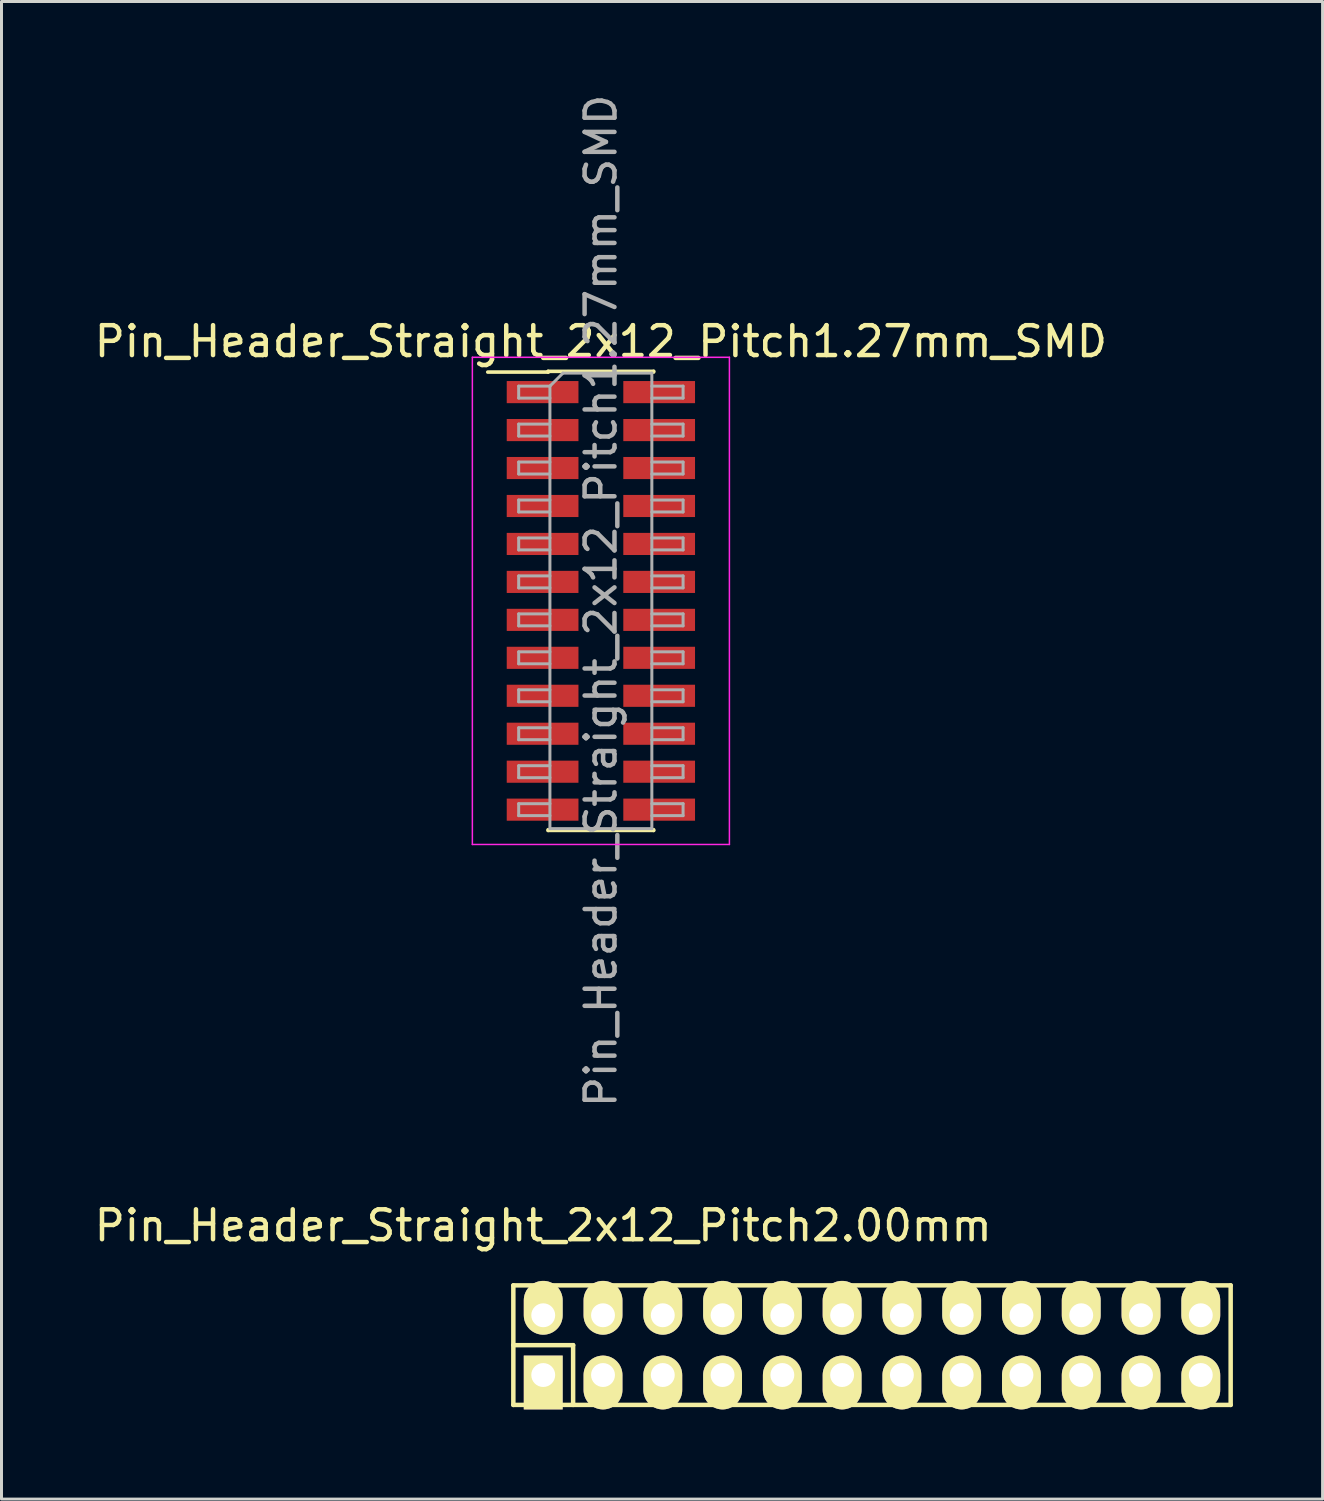
<source format=kicad_pcb>
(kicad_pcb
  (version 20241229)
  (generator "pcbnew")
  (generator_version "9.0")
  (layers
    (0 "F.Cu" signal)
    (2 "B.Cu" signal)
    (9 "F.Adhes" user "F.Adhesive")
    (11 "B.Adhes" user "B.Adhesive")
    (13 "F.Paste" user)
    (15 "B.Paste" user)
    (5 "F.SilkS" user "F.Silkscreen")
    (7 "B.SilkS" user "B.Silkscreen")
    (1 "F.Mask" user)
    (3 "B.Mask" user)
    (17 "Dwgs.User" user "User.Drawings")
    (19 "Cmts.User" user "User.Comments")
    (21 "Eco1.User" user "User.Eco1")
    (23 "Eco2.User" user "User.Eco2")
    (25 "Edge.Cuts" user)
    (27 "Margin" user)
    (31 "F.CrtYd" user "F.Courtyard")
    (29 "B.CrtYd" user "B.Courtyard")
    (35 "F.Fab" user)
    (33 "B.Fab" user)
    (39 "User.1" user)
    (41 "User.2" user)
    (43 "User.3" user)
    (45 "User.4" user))
  (footprint "Pin_Header_Straight_2x12_Pitch1.27mm_SMD"
    (layer "F.Cu")
    (at 17.054 17.054)
    (property "Reference" "Pin_Header_Straight_2x12_Pitch1.27mm_SMD" (at 0 -8.68 0) (layer "F.SilkS") (effects (font (size 1 1) (thickness 0.15))))
    (attr smd)
    (fp_line (start -3.785 -7.655) (end -1.765 -7.655) (stroke (width 0.12) (type solid)) (layer "F.SilkS"))
    (fp_line (start -1.765 -7.68) (end 1.765 -7.68) (stroke (width 0.12) (type solid)) (layer "F.SilkS"))
    (fp_line (start -1.765 -7.655) (end -1.765 -7.68) (stroke (width 0.12) (type solid)) (layer "F.SilkS"))
    (fp_line (start -1.765 7.655) (end -1.765 7.68) (stroke (width 0.12) (type solid)) (layer "F.SilkS"))
    (fp_line (start -1.765 7.68) (end 1.765 7.68) (stroke (width 0.12) (type solid)) (layer "F.SilkS"))
    (fp_line (start 1.765 -7.68) (end 1.765 -7.655) (stroke (width 0.12) (type solid)) (layer "F.SilkS"))
    (fp_line (start 1.765 7.68) (end 1.765 7.655) (stroke (width 0.12) (type solid)) (layer "F.SilkS"))
    (fp_line (start -4.3 -8.15) (end -4.3 8.15) (stroke (width 0.05) (type solid)) (layer "F.CrtYd"))
    (fp_line (start -4.3 8.15) (end 4.3 8.15) (stroke (width 0.05) (type solid)) (layer "F.CrtYd"))
    (fp_line (start 4.3 -8.15) (end -4.3 -8.15) (stroke (width 0.05) (type solid)) (layer "F.CrtYd"))
    (fp_line (start 4.3 8.15) (end 4.3 -8.15) (stroke (width 0.05) (type solid)) (layer "F.CrtYd"))
    (fp_line (start -2.75 -7.185) (end -2.75 -6.785) (stroke (width 0.1) (type solid)) (layer "F.Fab"))
    (fp_line (start -2.75 -6.785) (end -1.705 -6.785) (stroke (width 0.1) (type solid)) (layer "F.Fab"))
    (fp_line (start -2.75 -5.915) (end -2.75 -5.515) (stroke (width 0.1) (type solid)) (layer "F.Fab"))
    (fp_line (start -2.75 -5.515) (end -1.705 -5.515) (stroke (width 0.1) (type solid)) (layer "F.Fab"))
    (fp_line (start -2.75 -4.645) (end -2.75 -4.245) (stroke (width 0.1) (type solid)) (layer "F.Fab"))
    (fp_line (start -2.75 -4.245) (end -1.705 -4.245) (stroke (width 0.1) (type solid)) (layer "F.Fab"))
    (fp_line (start -2.75 -3.375) (end -2.75 -2.975) (stroke (width 0.1) (type solid)) (layer "F.Fab"))
    (fp_line (start -2.75 -2.975) (end -1.705 -2.975) (stroke (width 0.1) (type solid)) (layer "F.Fab"))
    (fp_line (start -2.75 -2.105) (end -2.75 -1.705) (stroke (width 0.1) (type solid)) (layer "F.Fab"))
    (fp_line (start -2.75 -1.705) (end -1.705 -1.705) (stroke (width 0.1) (type solid)) (layer "F.Fab"))
    (fp_line (start -2.75 -0.835) (end -2.75 -0.435) (stroke (width 0.1) (type solid)) (layer "F.Fab"))
    (fp_line (start -2.75 -0.435) (end -1.705 -0.435) (stroke (width 0.1) (type solid)) (layer "F.Fab"))
    (fp_line (start -2.75 0.435) (end -2.75 0.835) (stroke (width 0.1) (type solid)) (layer "F.Fab"))
    (fp_line (start -2.75 0.835) (end -1.705 0.835) (stroke (width 0.1) (type solid)) (layer "F.Fab"))
    (fp_line (start -2.75 1.705) (end -2.75 2.105) (stroke (width 0.1) (type solid)) (layer "F.Fab"))
    (fp_line (start -2.75 2.105) (end -1.705 2.105) (stroke (width 0.1) (type solid)) (layer "F.Fab"))
    (fp_line (start -2.75 2.975) (end -2.75 3.375) (stroke (width 0.1) (type solid)) (layer "F.Fab"))
    (fp_line (start -2.75 3.375) (end -1.705 3.375) (stroke (width 0.1) (type solid)) (layer "F.Fab"))
    (fp_line (start -2.75 4.245) (end -2.75 4.645) (stroke (width 0.1) (type solid)) (layer "F.Fab"))
    (fp_line (start -2.75 4.645) (end -1.705 4.645) (stroke (width 0.1) (type solid)) (layer "F.Fab"))
    (fp_line (start -2.75 5.515) (end -2.75 5.915) (stroke (width 0.1) (type solid)) (layer "F.Fab"))
    (fp_line (start -2.75 5.915) (end -1.705 5.915) (stroke (width 0.1) (type solid)) (layer "F.Fab"))
    (fp_line (start -2.75 6.785) (end -2.75 7.185) (stroke (width 0.1) (type solid)) (layer "F.Fab"))
    (fp_line (start -2.75 7.185) (end -1.705 7.185) (stroke (width 0.1) (type solid)) (layer "F.Fab"))
    (fp_line (start -1.705 -7.185) (end -2.75 -7.185) (stroke (width 0.1) (type solid)) (layer "F.Fab"))
    (fp_line (start -1.705 -7.185) (end -1.27 -7.62) (stroke (width 0.1) (type solid)) (layer "F.Fab"))
    (fp_line (start -1.705 -5.915) (end -2.75 -5.915) (stroke (width 0.1) (type solid)) (layer "F.Fab"))
    (fp_line (start -1.705 -4.645) (end -2.75 -4.645) (stroke (width 0.1) (type solid)) (layer "F.Fab"))
    (fp_line (start -1.705 -3.375) (end -2.75 -3.375) (stroke (width 0.1) (type solid)) (layer "F.Fab"))
    (fp_line (start -1.705 -2.105) (end -2.75 -2.105) (stroke (width 0.1) (type solid)) (layer "F.Fab"))
    (fp_line (start -1.705 -0.835) (end -2.75 -0.835) (stroke (width 0.1) (type solid)) (layer "F.Fab"))
    (fp_line (start -1.705 0.435) (end -2.75 0.435) (stroke (width 0.1) (type solid)) (layer "F.Fab"))
    (fp_line (start -1.705 1.705) (end -2.75 1.705) (stroke (width 0.1) (type solid)) (layer "F.Fab"))
    (fp_line (start -1.705 2.975) (end -2.75 2.975) (stroke (width 0.1) (type solid)) (layer "F.Fab"))
    (fp_line (start -1.705 4.245) (end -2.75 4.245) (stroke (width 0.1) (type solid)) (layer "F.Fab"))
    (fp_line (start -1.705 5.515) (end -2.75 5.515) (stroke (width 0.1) (type solid)) (layer "F.Fab"))
    (fp_line (start -1.705 6.785) (end -2.75 6.785) (stroke (width 0.1) (type solid)) (layer "F.Fab"))
    (fp_line (start -1.705 7.62) (end -1.705 -7.185) (stroke (width 0.1) (type solid)) (layer "F.Fab"))
    (fp_line (start -1.27 -7.62) (end 1.705 -7.62) (stroke (width 0.1) (type solid)) (layer "F.Fab"))
    (fp_line (start 1.705 -7.62) (end 1.705 7.62) (stroke (width 0.1) (type solid)) (layer "F.Fab"))
    (fp_line (start 1.705 -7.185) (end 2.75 -7.185) (stroke (width 0.1) (type solid)) (layer "F.Fab"))
    (fp_line (start 1.705 -5.915) (end 2.75 -5.915) (stroke (width 0.1) (type solid)) (layer "F.Fab"))
    (fp_line (start 1.705 -4.645) (end 2.75 -4.645) (stroke (width 0.1) (type solid)) (layer "F.Fab"))
    (fp_line (start 1.705 -3.375) (end 2.75 -3.375) (stroke (width 0.1) (type solid)) (layer "F.Fab"))
    (fp_line (start 1.705 -2.105) (end 2.75 -2.105) (stroke (width 0.1) (type solid)) (layer "F.Fab"))
    (fp_line (start 1.705 -0.835) (end 2.75 -0.835) (stroke (width 0.1) (type solid)) (layer "F.Fab"))
    (fp_line (start 1.705 0.435) (end 2.75 0.435) (stroke (width 0.1) (type solid)) (layer "F.Fab"))
    (fp_line (start 1.705 1.705) (end 2.75 1.705) (stroke (width 0.1) (type solid)) (layer "F.Fab"))
    (fp_line (start 1.705 2.975) (end 2.75 2.975) (stroke (width 0.1) (type solid)) (layer "F.Fab"))
    (fp_line (start 1.705 4.245) (end 2.75 4.245) (stroke (width 0.1) (type solid)) (layer "F.Fab"))
    (fp_line (start 1.705 5.515) (end 2.75 5.515) (stroke (width 0.1) (type solid)) (layer "F.Fab"))
    (fp_line (start 1.705 6.785) (end 2.75 6.785) (stroke (width 0.1) (type solid)) (layer "F.Fab"))
    (fp_line (start 1.705 7.62) (end -1.705 7.62) (stroke (width 0.1) (type solid)) (layer "F.Fab"))
    (fp_line (start 2.75 -7.185) (end 2.75 -6.785) (stroke (width 0.1) (type solid)) (layer "F.Fab"))
    (fp_line (start 2.75 -6.785) (end 1.705 -6.785) (stroke (width 0.1) (type solid)) (layer "F.Fab"))
    (fp_line (start 2.75 -5.915) (end 2.75 -5.515) (stroke (width 0.1) (type solid)) (layer "F.Fab"))
    (fp_line (start 2.75 -5.515) (end 1.705 -5.515) (stroke (width 0.1) (type solid)) (layer "F.Fab"))
    (fp_line (start 2.75 -4.645) (end 2.75 -4.245) (stroke (width 0.1) (type solid)) (layer "F.Fab"))
    (fp_line (start 2.75 -4.245) (end 1.705 -4.245) (stroke (width 0.1) (type solid)) (layer "F.Fab"))
    (fp_line (start 2.75 -3.375) (end 2.75 -2.975) (stroke (width 0.1) (type solid)) (layer "F.Fab"))
    (fp_line (start 2.75 -2.975) (end 1.705 -2.975) (stroke (width 0.1) (type solid)) (layer "F.Fab"))
    (fp_line (start 2.75 -2.105) (end 2.75 -1.705) (stroke (width 0.1) (type solid)) (layer "F.Fab"))
    (fp_line (start 2.75 -1.705) (end 1.705 -1.705) (stroke (width 0.1) (type solid)) (layer "F.Fab"))
    (fp_line (start 2.75 -0.835) (end 2.75 -0.435) (stroke (width 0.1) (type solid)) (layer "F.Fab"))
    (fp_line (start 2.75 -0.435) (end 1.705 -0.435) (stroke (width 0.1) (type solid)) (layer "F.Fab"))
    (fp_line (start 2.75 0.435) (end 2.75 0.835) (stroke (width 0.1) (type solid)) (layer "F.Fab"))
    (fp_line (start 2.75 0.835) (end 1.705 0.835) (stroke (width 0.1) (type solid)) (layer "F.Fab"))
    (fp_line (start 2.75 1.705) (end 2.75 2.105) (stroke (width 0.1) (type solid)) (layer "F.Fab"))
    (fp_line (start 2.75 2.105) (end 1.705 2.105) (stroke (width 0.1) (type solid)) (layer "F.Fab"))
    (fp_line (start 2.75 2.975) (end 2.75 3.375) (stroke (width 0.1) (type solid)) (layer "F.Fab"))
    (fp_line (start 2.75 3.375) (end 1.705 3.375) (stroke (width 0.1) (type solid)) (layer "F.Fab"))
    (fp_line (start 2.75 4.245) (end 2.75 4.645) (stroke (width 0.1) (type solid)) (layer "F.Fab"))
    (fp_line (start 2.75 4.645) (end 1.705 4.645) (stroke (width 0.1) (type solid)) (layer "F.Fab"))
    (fp_line (start 2.75 5.515) (end 2.75 5.915) (stroke (width 0.1) (type solid)) (layer "F.Fab"))
    (fp_line (start 2.75 5.915) (end 1.705 5.915) (stroke (width 0.1) (type solid)) (layer "F.Fab"))
    (fp_line (start 2.75 6.785) (end 2.75 7.185) (stroke (width 0.1) (type solid)) (layer "F.Fab"))
    (fp_line (start 2.75 7.185) (end 1.705 7.185) (stroke (width 0.1) (type solid)) (layer "F.Fab"))
    (fp_text user "${REFERENCE}" (at 0 0 90) (layer "F.Fab") (effects (font (size 1 1) (thickness 0.15))))
    (pad "1" smd rect (at -1.95 -6.985) (size 2.4 0.74) (layers "F.Cu" "F.Mask" "F.Paste"))
    (pad "2" smd rect (at 1.95 -6.985) (size 2.4 0.74) (layers "F.Cu" "F.Mask" "F.Paste"))
    (pad "3" smd rect (at -1.95 -5.715) (size 2.4 0.74) (layers "F.Cu" "F.Mask" "F.Paste"))
    (pad "4" smd rect (at 1.95 -5.715) (size 2.4 0.74) (layers "F.Cu" "F.Mask" "F.Paste"))
    (pad "5" smd rect (at -1.95 -4.445) (size 2.4 0.74) (layers "F.Cu" "F.Mask" "F.Paste"))
    (pad "6" smd rect (at 1.95 -4.445) (size 2.4 0.74) (layers "F.Cu" "F.Mask" "F.Paste"))
    (pad "7" smd rect (at -1.95 -3.175) (size 2.4 0.74) (layers "F.Cu" "F.Mask" "F.Paste"))
    (pad "8" smd rect (at 1.95 -3.175) (size 2.4 0.74) (layers "F.Cu" "F.Mask" "F.Paste"))
    (pad "9" smd rect (at -1.95 -1.905) (size 2.4 0.74) (layers "F.Cu" "F.Mask" "F.Paste"))
    (pad "10" smd rect (at 1.95 -1.905) (size 2.4 0.74) (layers "F.Cu" "F.Mask" "F.Paste"))
    (pad "11" smd rect (at -1.95 -0.635) (size 2.4 0.74) (layers "F.Cu" "F.Mask" "F.Paste"))
    (pad "12" smd rect (at 1.95 -0.635) (size 2.4 0.74) (layers "F.Cu" "F.Mask" "F.Paste"))
    (pad "13" smd rect (at -1.95 0.635) (size 2.4 0.74) (layers "F.Cu" "F.Mask" "F.Paste"))
    (pad "14" smd rect (at 1.95 0.635) (size 2.4 0.74) (layers "F.Cu" "F.Mask" "F.Paste"))
    (pad "15" smd rect (at -1.95 1.905) (size 2.4 0.74) (layers "F.Cu" "F.Mask" "F.Paste"))
    (pad "16" smd rect (at 1.95 1.905) (size 2.4 0.74) (layers "F.Cu" "F.Mask" "F.Paste"))
    (pad "17" smd rect (at -1.95 3.175) (size 2.4 0.74) (layers "F.Cu" "F.Mask" "F.Paste"))
    (pad "18" smd rect (at 1.95 3.175) (size 2.4 0.74) (layers "F.Cu" "F.Mask" "F.Paste"))
    (pad "19" smd rect (at -1.95 4.445) (size 2.4 0.74) (layers "F.Cu" "F.Mask" "F.Paste"))
    (pad "20" smd rect (at 1.95 4.445) (size 2.4 0.74) (layers "F.Cu" "F.Mask" "F.Paste"))
    (pad "21" smd rect (at -1.95 5.715) (size 2.4 0.74) (layers "F.Cu" "F.Mask" "F.Paste"))
    (pad "22" smd rect (at 1.95 5.715) (size 2.4 0.74) (layers "F.Cu" "F.Mask" "F.Paste"))
    (pad "23" smd rect (at -1.95 6.985) (size 2.4 0.74) (layers "F.Cu" "F.Mask" "F.Paste"))
    (pad "24" smd rect (at 1.95 6.985) (size 2.4 0.74) (layers "F.Cu" "F.Mask" "F.Paste")))
  (footprint "Pin_Header_Straight_2x12_Pitch2.00mm"
    (layer "F.Cu")
    (at 15.125 42.955)
    (property "Reference" "Pin_Header_Straight_2x12_Pitch2.00mm" (at 0 -5 0) (layer "F.SilkS") (effects (font (size 1 1) (thickness 0.15))))
    (attr through_hole)
    (fp_line (start -1 -3) (end 23 -3) (stroke (width 0.15) (type solid)) (layer "F.SilkS"))
    (fp_line (start -1 -1) (end 1 -1) (stroke (width 0.15) (type solid)) (layer "F.SilkS"))
    (fp_line (start -1 1) (end -1 -3) (stroke (width 0.15) (type solid)) (layer "F.SilkS"))
    (fp_line (start 1 -1) (end 1 1) (stroke (width 0.15) (type solid)) (layer "F.SilkS"))
    (fp_line (start 23 -3) (end 23 1) (stroke (width 0.15) (type solid)) (layer "F.SilkS"))
    (fp_line (start 23 1) (end -1 1) (stroke (width 0.15) (type solid)) (layer "F.SilkS"))
    (pad "1" thru_hole rect (at 0 0) (size 1.3 1.8) (drill 0.8 (offset 0 0.25)) (layers "*.Cu" "*.Mask" "F.SilkS"))
    (pad "2" thru_hole oval (at 0 -2) (size 1.3 1.8) (drill 0.8 (offset 0 -0.25)) (layers "*.Cu" "*.Mask" "F.SilkS"))
    (pad "3" thru_hole oval (at 2 0) (size 1.3 1.8) (drill 0.8 (offset 0 0.25)) (layers "*.Cu" "*.Mask" "F.SilkS"))
    (pad "4" thru_hole oval (at 2 -2) (size 1.3 1.8) (drill 0.8 (offset 0 -0.25)) (layers "*.Cu" "*.Mask" "F.SilkS"))
    (pad "5" thru_hole oval (at 4 0) (size 1.3 1.8) (drill 0.8 (offset 0 0.25)) (layers "*.Cu" "*.Mask" "F.SilkS"))
    (pad "6" thru_hole oval (at 4 -2) (size 1.3 1.8) (drill 0.8 (offset 0 -0.25)) (layers "*.Cu" "*.Mask" "F.SilkS"))
    (pad "7" thru_hole oval (at 6 0) (size 1.3 1.8) (drill 0.8 (offset 0 0.25)) (layers "*.Cu" "*.Mask" "F.SilkS"))
    (pad "8" thru_hole oval (at 6 -2) (size 1.3 1.8) (drill 0.8 (offset 0 -0.25)) (layers "*.Cu" "*.Mask" "F.SilkS"))
    (pad "9" thru_hole oval (at 8 0) (size 1.3 1.8) (drill 0.8 (offset 0 0.25)) (layers "*.Cu" "*.Mask" "F.SilkS"))
    (pad "10" thru_hole oval (at 8 -2) (size 1.3 1.8) (drill 0.8 (offset 0 -0.25)) (layers "*.Cu" "*.Mask" "F.SilkS"))
    (pad "11" thru_hole oval (at 10 0) (size 1.3 1.8) (drill 0.8 (offset 0 0.25)) (layers "*.Cu" "*.Mask" "F.SilkS"))
    (pad "12" thru_hole oval (at 10 -2) (size 1.3 1.8) (drill 0.8 (offset 0 -0.25)) (layers "*.Cu" "*.Mask" "F.SilkS"))
    (pad "13" thru_hole oval (at 12 0) (size 1.3 1.8) (drill 0.8 (offset 0 0.25)) (layers "*.Cu" "*.Mask" "F.SilkS"))
    (pad "14" thru_hole oval (at 12 -2) (size 1.3 1.8) (drill 0.8 (offset 0 -0.25)) (layers "*.Cu" "*.Mask" "F.SilkS"))
    (pad "15" thru_hole oval (at 14 0) (size 1.3 1.8) (drill 0.8 (offset 0 0.25)) (layers "*.Cu" "*.Mask" "F.SilkS"))
    (pad "16" thru_hole oval (at 14 -2) (size 1.3 1.8) (drill 0.8 (offset 0 -0.25)) (layers "*.Cu" "*.Mask" "F.SilkS"))
    (pad "17" thru_hole oval (at 16 0) (size 1.3 1.8) (drill 0.8 (offset 0 0.25)) (layers "*.Cu" "*.Mask" "F.SilkS"))
    (pad "18" thru_hole oval (at 16 -2) (size 1.3 1.8) (drill 0.8 (offset 0 -0.25)) (layers "*.Cu" "*.Mask" "F.SilkS"))
    (pad "19" thru_hole oval (at 18 0) (size 1.3 1.8) (drill 0.8 (offset 0 0.25)) (layers "*.Cu" "*.Mask" "F.SilkS"))
    (pad "20" thru_hole oval (at 18 -2) (size 1.3 1.8) (drill 0.8 (offset 0 -0.25)) (layers "*.Cu" "*.Mask" "F.SilkS"))
    (pad "21" thru_hole oval (at 20 0) (size 1.3 1.8) (drill 0.8 (offset 0 0.25)) (layers "*.Cu" "*.Mask" "F.SilkS"))
    (pad "22" thru_hole oval (at 20 -2) (size 1.3 1.8) (drill 0.8 (offset 0 -0.25)) (layers "*.Cu" "*.Mask" "F.SilkS"))
    (pad "23" thru_hole oval (at 22 0) (size 1.3 1.8) (drill 0.8 (offset 0 0.25)) (layers "*.Cu" "*.Mask" "F.SilkS"))
    (pad "24" thru_hole oval (at 22 -2) (size 1.3 1.8) (drill 0.8 (offset 0 -0.25)) (layers "*.Cu" "*.Mask" "F.SilkS")))
  (gr_rect
    (start -3 -3)
    (end 41.2 47.105)
    (stroke (width 0.1) (type default))
    (fill no)
    (layer "Edge.Cuts")))
</source>
